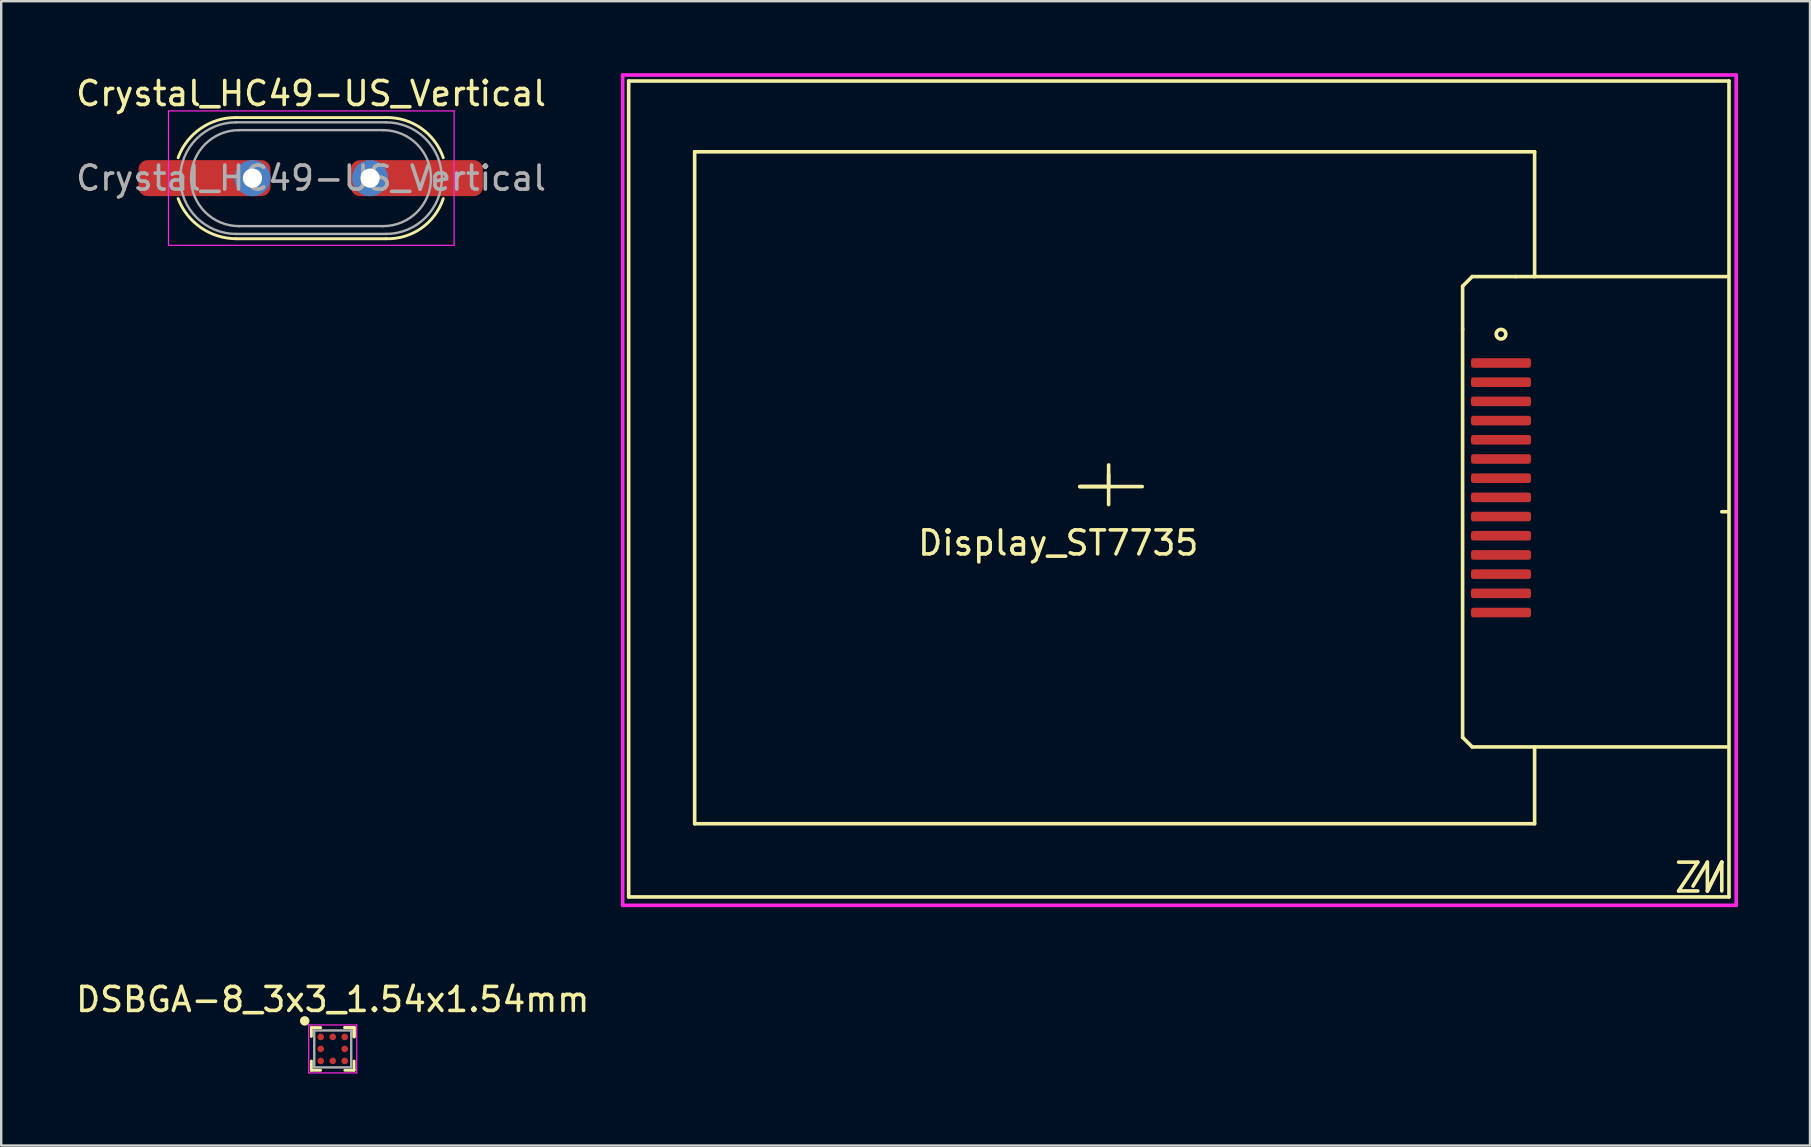
<source format=kicad_pcb>
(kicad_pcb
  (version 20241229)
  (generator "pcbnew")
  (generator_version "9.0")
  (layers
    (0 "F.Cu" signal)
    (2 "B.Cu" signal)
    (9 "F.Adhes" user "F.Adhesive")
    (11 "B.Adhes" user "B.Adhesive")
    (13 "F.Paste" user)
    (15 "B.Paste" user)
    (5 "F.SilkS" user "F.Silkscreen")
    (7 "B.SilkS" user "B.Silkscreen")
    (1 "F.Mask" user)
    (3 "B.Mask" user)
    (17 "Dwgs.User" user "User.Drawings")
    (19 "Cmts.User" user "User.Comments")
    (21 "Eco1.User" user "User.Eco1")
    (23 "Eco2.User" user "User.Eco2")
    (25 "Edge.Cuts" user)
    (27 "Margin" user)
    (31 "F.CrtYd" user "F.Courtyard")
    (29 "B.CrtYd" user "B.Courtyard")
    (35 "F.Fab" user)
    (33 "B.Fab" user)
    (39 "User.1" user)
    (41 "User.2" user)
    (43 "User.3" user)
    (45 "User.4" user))
  (footprint "DSBGA-8_3x3_1.54x1.54mm"
    (layer "F.Cu")
    (at 10.815 40.658)
    (property "Reference" "DSBGA-8_3x3_1.54x1.54mm" (at 0 -2.06 0) (layer "F.SilkS") (effects (font (size 1 1) (thickness 0.15))))
    (attr smd)
    (fp_line (start -0.89 -0.89) (end -0.89 -0.52) (stroke (width 0.12) (type solid)) (layer "F.SilkS"))
    (fp_line (start -0.89 0.89) (end -0.89 0.505) (stroke (width 0.12) (type solid)) (layer "F.SilkS"))
    (fp_line (start -0.505 0.89) (end -0.89 0.89) (stroke (width 0.12) (type solid)) (layer "F.SilkS"))
    (fp_line (start -0.5 -0.89) (end -0.89 -0.89) (stroke (width 0.12) (type solid)) (layer "F.SilkS"))
    (fp_line (start 0.505 -0.89) (end 0.89 -0.89) (stroke (width 0.12) (type solid)) (layer "F.SilkS"))
    (fp_line (start 0.505 -0.89) (end 0.89 -0.89) (stroke (width 0.12) (type solid)) (layer "F.SilkS"))
    (fp_line (start 0.505 -0.89) (end 0.89 -0.89) (stroke (width 0.12) (type solid)) (layer "F.SilkS"))
    (fp_line (start 0.505 0.89) (end 0.89 0.89) (stroke (width 0.12) (type solid)) (layer "F.SilkS"))
    (fp_line (start 0.89 -0.89) (end 0.89 -0.505) (stroke (width 0.12) (type solid)) (layer "F.SilkS"))
    (fp_line (start 0.89 -0.89) (end 0.89 -0.505) (stroke (width 0.12) (type solid)) (layer "F.SilkS"))
    (fp_line (start 0.89 -0.89) (end 0.89 -0.505) (stroke (width 0.12) (type solid)) (layer "F.SilkS"))
    (fp_line (start 0.89 0.89) (end 0.89 0.505) (stroke (width 0.12) (type solid)) (layer "F.SilkS"))
    (fp_circle (center -1.168 -1.168) (end -1.168 -1.068) (stroke (width 0.2) (type solid)) (fill no) (layer "F.SilkS"))
    (fp_line (start -1 -1) (end 1 -1) (stroke (width 0.05) (type solid)) (layer "F.CrtYd"))
    (fp_line (start -1 1) (end -1 -1) (stroke (width 0.05) (type solid)) (layer "F.CrtYd"))
    (fp_line (start 1 -1) (end 1 1) (stroke (width 0.05) (type solid)) (layer "F.CrtYd"))
    (fp_line (start 1 1) (end -1 1) (stroke (width 0.05) (type solid)) (layer "F.CrtYd"))
    (fp_line (start -0.77 -0.77) (end -0.77 0.77) (stroke (width 0.1) (type solid)) (layer "F.Fab"))
    (fp_line (start -0.77 0.77) (end 0.77 0.77) (stroke (width 0.1) (type solid)) (layer "F.Fab"))
    (fp_line (start 0.77 -0.77) (end -0.77 -0.77) (stroke (width 0.1) (type solid)) (layer "F.Fab"))
    (fp_line (start 0.77 0.77) (end 0.77 -0.77) (stroke (width 0.1) (type solid)) (layer "F.Fab"))
    (pad "A1" smd circle (at -0.5 -0.5) (size 0.275 0.275) (layers "F.Cu" "F.Mask" "F.Paste"))
    (pad "A2" smd circle (at 0 -0.5) (size 0.275 0.275) (layers "F.Cu" "F.Mask" "F.Paste"))
    (pad "A3" smd circle (at 0.5 -0.5) (size 0.275 0.275) (layers "F.Cu" "F.Mask" "F.Paste"))
    (pad "B1" smd circle (at -0.5 0) (size 0.275 0.275) (layers "F.Cu" "F.Mask" "F.Paste"))
    (pad "B3" smd circle (at 0.5 0) (size 0.275 0.275) (layers "F.Cu" "F.Mask" "F.Paste"))
    (pad "C1" smd circle (at -0.5 0.5) (size 0.275 0.275) (layers "F.Cu" "F.Mask" "F.Paste"))
    (pad "C2" smd circle (at 0 0.5) (size 0.275 0.275) (layers "F.Cu" "F.Mask" "F.Paste"))
    (pad "C3" smd circle (at 0.5 0.5) (size 0.275 0.275) (layers "F.Cu" "F.Mask" "F.Paste")))
  (footprint "Display_ST7735"
    (layer "F.Cu")
    (at 23.096 0.275)
    (property "Reference" "Display_ST7735" (at 17.95 19.3 0) (layer "F.SilkS") (effects (font (size 1 1) (thickness 0.15))))
    (attr through_hole)
    (fp_line (start 0.05 0.05) (end 45.9 0.05) (stroke (width 0.15) (type solid)) (layer "F.SilkS"))
    (fp_line (start 0.05 34.05) (end 0.05 0.05) (stroke (width 0.15) (type solid)) (layer "F.SilkS"))
    (fp_line (start 2.8 3) (end 2.8 31) (stroke (width 0.15) (type solid)) (layer "F.SilkS"))
    (fp_line (start 2.8 3) (end 37.8 3) (stroke (width 0.15) (type solid)) (layer "F.SilkS"))
    (fp_line (start 2.8 31) (end 37.8 31) (stroke (width 0.15) (type solid)) (layer "F.SilkS"))
    (fp_line (start 18.85 16.95) (end 20.05 16.95) (stroke (width 0.15) (type solid)) (layer "F.SilkS"))
    (fp_line (start 20.05 16.5) (end 20.05 16.05) (stroke (width 0.15) (type solid)) (layer "F.SilkS"))
    (fp_line (start 20.05 16.55) (end 20.05 17.7) (stroke (width 0.15) (type solid)) (layer "F.SilkS"))
    (fp_line (start 20.05 16.95) (end 20.05 16.45) (stroke (width 0.15) (type solid)) (layer "F.SilkS"))
    (fp_line (start 20.05 16.95) (end 21.45 16.95) (stroke (width 0.15) (type solid)) (layer "F.SilkS"))
    (fp_line (start 20.1 16.95) (end 18.85 16.95) (stroke (width 0.15) (type solid)) (layer "F.SilkS"))
    (fp_line (start 34.8 8.6) (end 35.2 8.2) (stroke (width 0.15) (type solid)) (layer "F.SilkS"))
    (fp_line (start 34.8 10.4) (end 34.8 8.6) (stroke (width 0.15) (type solid)) (layer "F.SilkS"))
    (fp_line (start 34.8 10.4) (end 34.8 27.4) (stroke (width 0.15) (type solid)) (layer "F.SilkS"))
    (fp_line (start 34.8 27.4) (end 35.2 27.8) (stroke (width 0.15) (type solid)) (layer "F.SilkS"))
    (fp_line (start 35.2 8.2) (end 37 8.2) (stroke (width 0.15) (type solid)) (layer "F.SilkS"))
    (fp_line (start 35.2 27.8) (end 45.8 27.8) (stroke (width 0.15) (type solid)) (layer "F.SilkS"))
    (fp_line (start 37 8.2) (end 45.8 8.2) (stroke (width 0.15) (type solid)) (layer "F.SilkS"))
    (fp_line (start 37.8 8.2) (end 37.8 3) (stroke (width 0.15) (type solid)) (layer "F.SilkS"))
    (fp_line (start 37.8 27.8) (end 37.8 31) (stroke (width 0.15) (type solid)) (layer "F.SilkS"))
    (fp_line (start 43.8 33.8) (end 44.6 32.6) (stroke (width 0.15) (type solid)) (layer "F.SilkS"))
    (fp_line (start 44.6 32.6) (end 43.8 32.6) (stroke (width 0.15) (type solid)) (layer "F.SilkS"))
    (fp_line (start 44.6 33.8) (end 43.8 33.8) (stroke (width 0.15) (type solid)) (layer "F.SilkS"))
    (fp_line (start 45 32.6) (end 44.4 33.6) (stroke (width 0.15) (type solid)) (layer "F.SilkS"))
    (fp_line (start 45 33.8) (end 45 32.6) (stroke (width 0.15) (type solid)) (layer "F.SilkS"))
    (fp_line (start 45 33.8) (end 45.6 32.6) (stroke (width 0.15) (type solid)) (layer "F.SilkS"))
    (fp_line (start 45.6 32.6) (end 45 33.8) (stroke (width 0.15) (type solid)) (layer "F.SilkS"))
    (fp_line (start 45.6 33.8) (end 45.6 32.6) (stroke (width 0.15) (type solid)) (layer "F.SilkS"))
    (fp_line (start 45.8 18) (end 45.6 18) (stroke (width 0.15) (type solid)) (layer "F.SilkS"))
    (fp_line (start 45.9 0.05) (end 45.9 34.05) (stroke (width 0.15) (type solid)) (layer "F.SilkS"))
    (fp_line (start 45.9 34.05) (end 0.05 34.05) (stroke (width 0.15) (type solid)) (layer "F.SilkS"))
    (fp_circle (center 36.4 10.6) (end 36.4 10.8) (stroke (width 0.15) (type solid)) (fill no) (layer "F.SilkS"))
    (fp_line (start -0.2 -0.2) (end 46.2 -0.2) (stroke (width 0.15) (type solid)) (layer "F.CrtYd"))
    (fp_line (start -0.2 34.4) (end -0.2 -0.2) (stroke (width 0.15) (type solid)) (layer "F.CrtYd"))
    (fp_line (start 46.2 -0.2) (end 46.2 34.4) (stroke (width 0.15) (type solid)) (layer "F.CrtYd"))
    (fp_line (start 46.2 34.4) (end -0.2 34.4) (stroke (width 0.15) (type solid)) (layer "F.CrtYd"))
    (pad "1" smd roundrect (at 36.4 11.8) (size 2.5 0.4) (layers "F.Cu" "F.Mask" "F.Paste") (roundrect_rratio 0.25))
    (pad "2" smd roundrect (at 36.4 12.6) (size 2.5 0.4) (layers "F.Cu" "F.Mask" "F.Paste") (roundrect_rratio 0.25))
    (pad "3" smd roundrect (at 36.4 13.4) (size 2.5 0.4) (layers "F.Cu" "F.Mask" "F.Paste") (roundrect_rratio 0.25))
    (pad "4" smd roundrect (at 36.4 14.2) (size 2.5 0.4) (layers "F.Cu" "F.Mask" "F.Paste") (roundrect_rratio 0.25))
    (pad "5" smd roundrect (at 36.4 15) (size 2.5 0.4) (layers "F.Cu" "F.Mask" "F.Paste") (roundrect_rratio 0.25))
    (pad "6" smd roundrect (at 36.4 15.8) (size 2.5 0.4) (layers "F.Cu" "F.Mask" "F.Paste") (roundrect_rratio 0.25))
    (pad "7" smd roundrect (at 36.4 16.6) (size 2.5 0.4) (layers "F.Cu" "F.Mask" "F.Paste") (roundrect_rratio 0.25))
    (pad "8" smd roundrect (at 36.4 17.4) (size 2.5 0.4) (layers "F.Cu" "F.Mask" "F.Paste") (roundrect_rratio 0.25))
    (pad "9" smd roundrect (at 36.4 18.2) (size 2.5 0.4) (layers "F.Cu" "F.Mask" "F.Paste") (roundrect_rratio 0.25))
    (pad "10" smd roundrect (at 36.4 19) (size 2.5 0.4) (layers "F.Cu" "F.Mask" "F.Paste") (roundrect_rratio 0.25))
    (pad "11" smd roundrect (at 36.4 19.8) (size 2.5 0.4) (layers "F.Cu" "F.Mask" "F.Paste") (roundrect_rratio 0.25))
    (pad "12" smd roundrect (at 36.4 20.6) (size 2.5 0.4) (layers "F.Cu" "F.Mask" "F.Paste") (roundrect_rratio 0.25))
    (pad "13" smd roundrect (at 36.4 21.4) (size 2.5 0.4) (layers "F.Cu" "F.Mask" "F.Paste") (roundrect_rratio 0.25))
    (pad "14" smd roundrect (at 36.4 22.2) (size 2.5 0.4) (layers "F.Cu" "F.Mask" "F.Paste") (roundrect_rratio 0.25)))
  (footprint "Crystal_HC49-US_Vertical"
    (layer "F.Cu")
    (at 7.471 4.373)
    (property "Reference" "Crystal_HC49-US_Vertical" (at 2.44 -3.525 0) (layer "F.SilkS") (effects (font (size 1 1) (thickness 0.15))))
    (attr through_hole)
    (fp_line (start -0.685 -2.525) (end 5.565 -2.525) (stroke (width 0.12) (type solid)) (layer "F.SilkS"))
    (fp_line (start -0.685 2.525) (end 5.565 2.525) (stroke (width 0.12) (type solid)) (layer "F.SilkS"))
    (fp_arc (start -3.1 -0.85) (mid -2.16464 -2.064782) (end -0.702178 -2.525) (stroke (width 0.12) (type solid)) (layer "F.SilkS"))
    (fp_arc (start -0.685 2.525) (mid -2.151701 2.061213) (end -3.1 0.85) (stroke (width 0.12) (type solid)) (layer "F.SilkS"))
    (fp_arc (start 5.565 -2.525) (mid 7.030668 -2.076459) (end 7.95 -0.85) (stroke (width 0.12) (type solid)) (layer "F.SilkS"))
    (fp_arc (start 7.95 0.85) (mid 7.036276 2.084444) (end 5.565 2.525) (stroke (width 0.12) (type solid)) (layer "F.SilkS"))
    (fp_line (start -3.5 -2.8) (end -3.5 2.8) (stroke (width 0.05) (type solid)) (layer "F.CrtYd"))
    (fp_line (start -3.5 2.8) (end 8.4 2.8) (stroke (width 0.05) (type solid)) (layer "F.CrtYd"))
    (fp_line (start 8.4 -2.8) (end -3.5 -2.8) (stroke (width 0.05) (type solid)) (layer "F.CrtYd"))
    (fp_line (start 8.4 2.8) (end 8.4 -2.8) (stroke (width 0.05) (type solid)) (layer "F.CrtYd"))
    (fp_line (start -0.685 -2.325) (end 5.565 -2.325) (stroke (width 0.1) (type solid)) (layer "F.Fab"))
    (fp_line (start -0.685 2.325) (end 5.565 2.325) (stroke (width 0.1) (type solid)) (layer "F.Fab"))
    (fp_line (start -0.56 -2) (end 5.44 -2) (stroke (width 0.1) (type solid)) (layer "F.Fab"))
    (fp_line (start -0.56 2) (end 5.44 2) (stroke (width 0.1) (type solid)) (layer "F.Fab"))
    (fp_arc (start -0.685 2.325) (mid -3.01 0) (end -0.685 -2.325) (stroke (width 0.1) (type solid)) (layer "F.Fab"))
    (fp_arc (start -0.56 2) (mid -2.56 0) (end -0.56 -2) (stroke (width 0.1) (type solid)) (layer "F.Fab"))
    (fp_arc (start 5.44 -2) (mid 7.44 0) (end 5.44 2) (stroke (width 0.1) (type solid)) (layer "F.Fab"))
    (fp_arc (start 5.565 -2.325) (mid 7.89 0) (end 5.565 2.325) (stroke (width 0.1) (type solid)) (layer "F.Fab"))
    (fp_text user "${REFERENCE}" (at 2.44 0 0) (layer "F.Fab") (effects (font (size 1 1) (thickness 0.15))))
    (pad "1" thru_hole circle (at 0 0) (size 1.5 1.5) (drill 0.8) (layers "*.Cu" "*.Mask"))
    (pad "1" smd roundrect (at 0 0) (size 5.5 1.5) (drill (offset -2 0)) (layers "F.Cu" "F.Mask" "F.Paste") (roundrect_rratio 0.25))
    (pad "2" thru_hole circle (at 4.9 0) (size 1.5 1.5) (drill 0.8) (layers "*.Cu" "*.Mask"))
    (pad "2" smd roundrect (at 5.1 0) (size 5.5 1.5) (drill (offset 1.75 0)) (layers "F.Cu" "F.Mask" "F.Paste") (roundrect_rratio 0.25)))
  (gr_rect
    (start -3 -3)
    (end 72.371 44.683)
    (stroke (width 0.1) (type default))
    (fill no)
    (layer "Edge.Cuts")))
</source>
